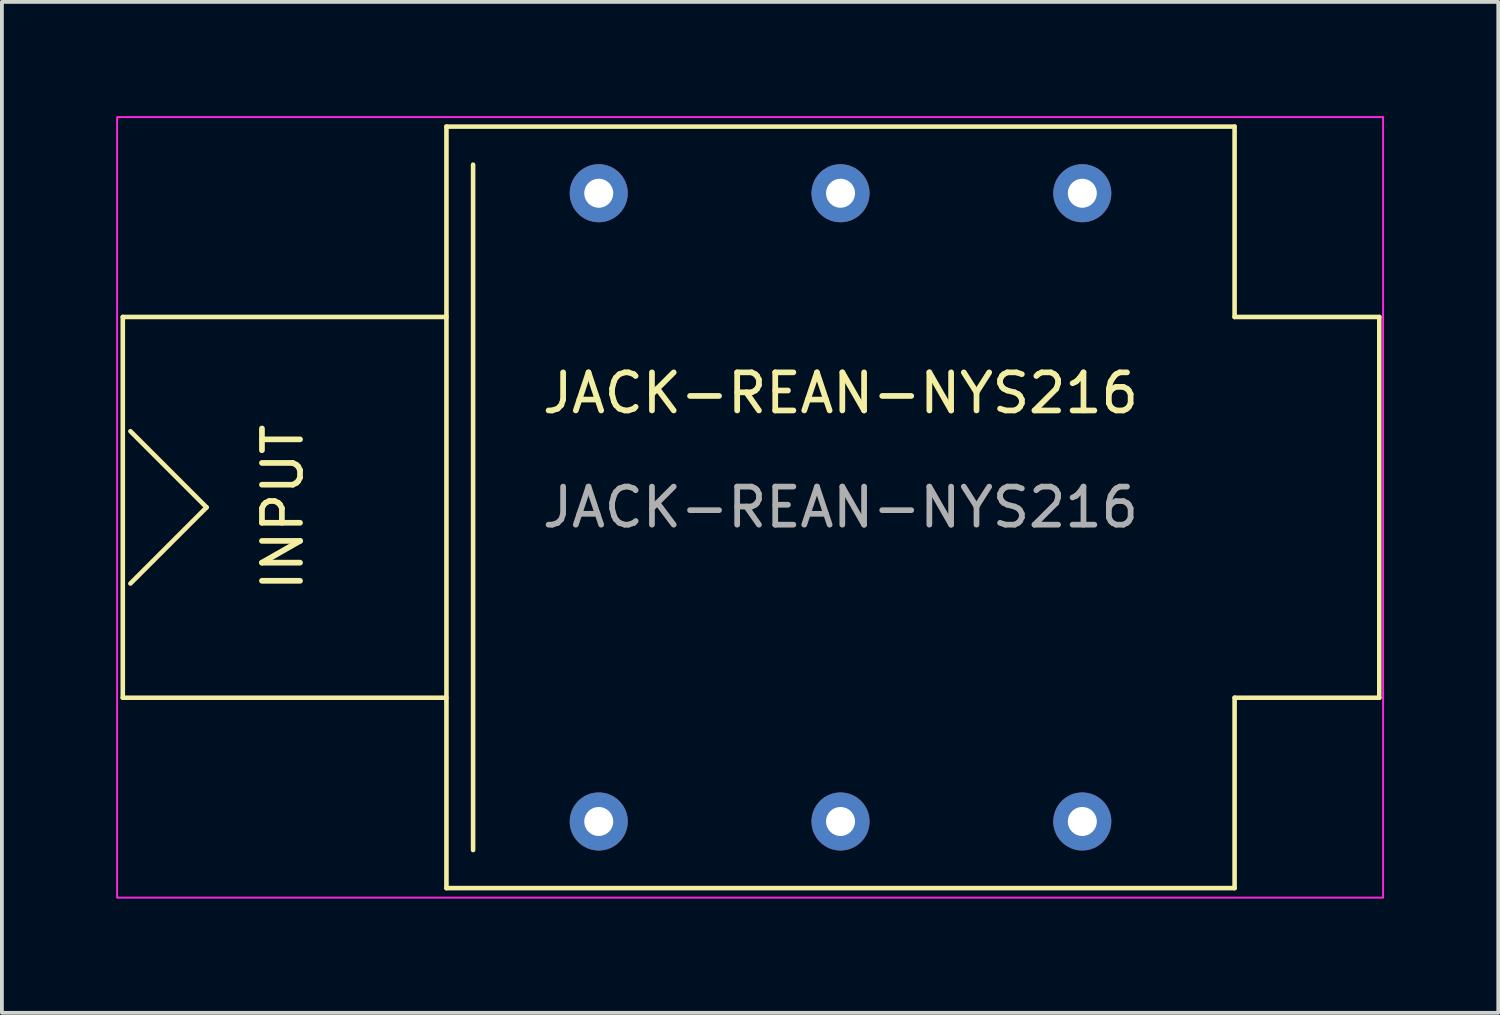
<source format=kicad_pcb>
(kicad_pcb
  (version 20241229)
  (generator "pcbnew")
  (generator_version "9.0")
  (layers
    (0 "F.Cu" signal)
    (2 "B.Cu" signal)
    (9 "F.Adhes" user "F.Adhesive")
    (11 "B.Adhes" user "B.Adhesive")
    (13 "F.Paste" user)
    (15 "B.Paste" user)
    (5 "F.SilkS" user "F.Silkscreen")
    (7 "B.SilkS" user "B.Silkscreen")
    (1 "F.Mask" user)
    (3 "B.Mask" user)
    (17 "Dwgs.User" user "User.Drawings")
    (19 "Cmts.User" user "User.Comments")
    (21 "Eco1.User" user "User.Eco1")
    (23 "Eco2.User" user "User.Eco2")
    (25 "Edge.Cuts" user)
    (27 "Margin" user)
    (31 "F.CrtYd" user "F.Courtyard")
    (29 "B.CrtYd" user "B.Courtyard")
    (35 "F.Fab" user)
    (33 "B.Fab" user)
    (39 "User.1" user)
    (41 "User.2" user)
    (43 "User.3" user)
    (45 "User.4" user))
  (footprint "JACK-REAN-NYS216"
    (layer "F.Cu")
    (at 19.025 10.275)
    (property "Reference" "JACK-REAN-NYS216" (at 0 -3 0) (unlocked yes) (layer "F.SilkS") (effects (font (size 1 1) (thickness 0.15))))
    (attr through_hole)
    (fp_line (start -18.85 -5) (end -10.35 -5) (stroke (width 0.12) (type solid)) (layer "F.SilkS"))
    (fp_line (start -18.85 5) (end -18.85 -5) (stroke (width 0.12) (type solid)) (layer "F.SilkS"))
    (fp_line (start -18.65 -2) (end -16.65 0) (stroke (width 0.12) (type solid)) (layer "F.SilkS"))
    (fp_line (start -16.65 0) (end -18.65 2) (stroke (width 0.12) (type solid)) (layer "F.SilkS"))
    (fp_line (start -10.35 -10) (end -10.35 10) (stroke (width 0.12) (type solid)) (layer "F.SilkS"))
    (fp_line (start -10.35 -10) (end 10.35 -10) (stroke (width 0.12) (type solid)) (layer "F.SilkS"))
    (fp_line (start -10.35 5) (end -18.85 5) (stroke (width 0.12) (type solid)) (layer "F.SilkS"))
    (fp_line (start -9.65 -9) (end -9.65 9) (stroke (width 0.12) (type solid)) (layer "F.SilkS"))
    (fp_line (start 10.35 -10) (end 10.35 -5) (stroke (width 0.12) (type solid)) (layer "F.SilkS"))
    (fp_line (start 10.35 -5) (end 14.15 -5) (stroke (width 0.12) (type solid)) (layer "F.SilkS"))
    (fp_line (start 10.35 5) (end 10.35 10) (stroke (width 0.12) (type solid)) (layer "F.SilkS"))
    (fp_line (start 10.35 10) (end -10.35 10) (stroke (width 0.12) (type solid)) (layer "F.SilkS"))
    (fp_line (start 14.15 -5) (end 14.15 5) (stroke (width 0.12) (type solid)) (layer "F.SilkS"))
    (fp_line (start 14.15 5) (end 10.35 5) (stroke (width 0.12) (type solid)) (layer "F.SilkS"))
    (fp_rect (start -19 -10.25) (end 14.25 10.25) (stroke (width 0.05) (type solid)) (fill no) (layer "F.CrtYd"))
    (fp_text user "INPUT" (at -14.65 0 90) (unlocked yes) (layer "F.SilkS") (effects (font (size 1 1) (thickness 0.15))))
    (fp_text user "${REFERENCE}" (at 0 0 0) (unlocked yes) (layer "F.Fab") (effects (font (size 1 1) (thickness 0.15))))
    (pad "R" thru_hole circle (at 0 8.25) (size 1.524 1.524) (drill 0.762) (layers "*.Cu" "*.Mask"))
    (pad "RN" thru_hole circle (at 0 -8.25) (size 1.524 1.524) (drill 0.762) (layers "*.Cu" "*.Mask"))
    (pad "S" thru_hole circle (at -6.35 8.25) (size 1.524 1.524) (drill 0.762) (layers "*.Cu" "*.Mask"))
    (pad "SN" thru_hole circle (at -6.35 -8.25) (size 1.524 1.524) (drill 0.762) (layers "*.Cu" "*.Mask"))
    (pad "T" thru_hole circle (at 6.35 8.25) (size 1.524 1.524) (drill 0.762) (layers "*.Cu" "*.Mask"))
    (pad "TN" thru_hole circle (at 6.35 -8.25) (size 1.524 1.524) (drill 0.762) (layers "*.Cu" "*.Mask")))
  (gr_rect
    (start -3 -3)
    (end 36.3 23.55)
    (stroke (width 0.1) (type default))
    (fill no)
    (layer "Edge.Cuts")))
</source>
